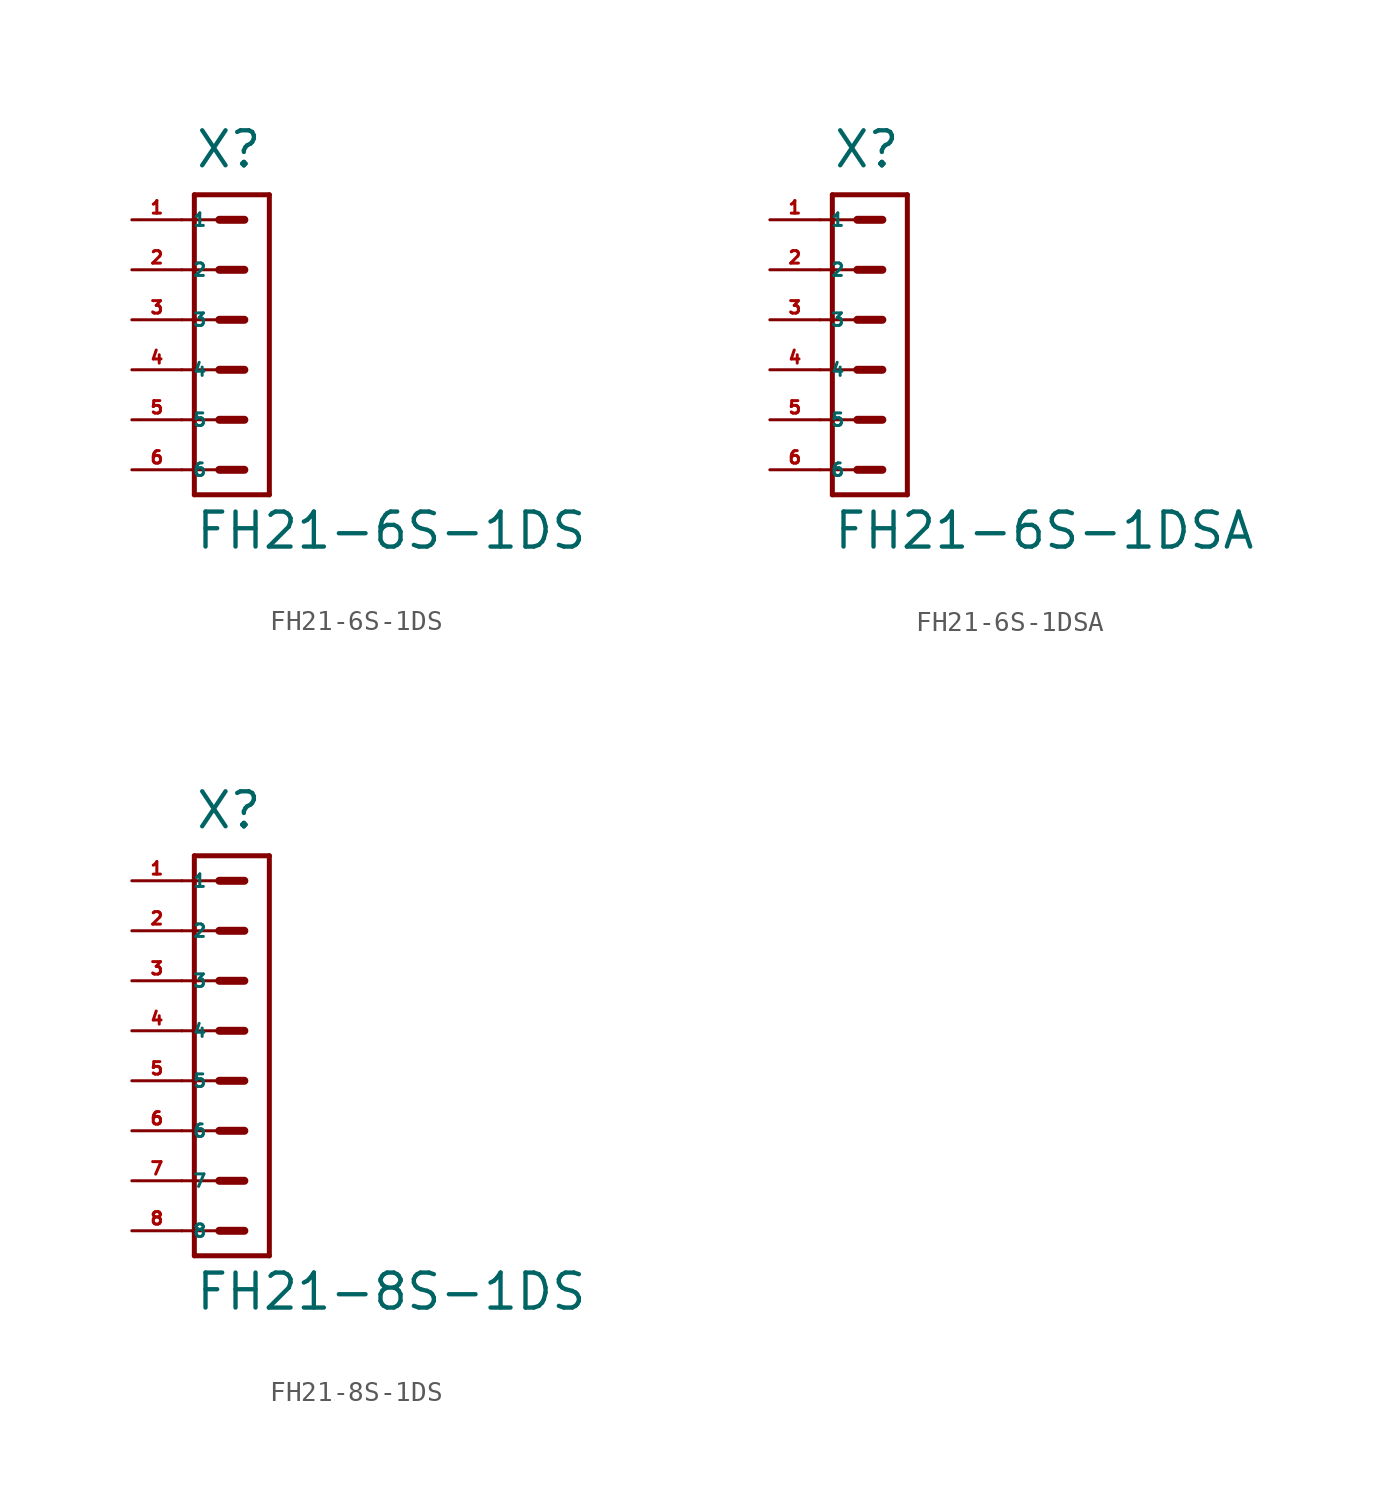
<source format=kicad_sym>
(kicad_symbol_lib
  (version 20220914)
  (generator Eagle2Kicad)
  (symbol "FH21-6S-1DS"
    (property "Reference" "X"
      (at -1.905 7.62 0)
      (effects (font (size 1.778 1.778) (thickness 0.22)) (justify left bottom)))
    (property "Value" "FH21-6S-1DS"
      (at -1.905 -11.748 0)
      (effects (font (size 1.778 1.778) (thickness 0.22)) (justify left bottom)))
    (polyline
      (pts (xy 1.905 6.35) (xy -1.905 6.35))
      (stroke (width 0.254) (type default))
      (fill (type none)))
    (polyline
      (pts (xy -1.905 -8.89) (xy -1.905 6.35))
      (stroke (width 0.254) (type default))
      (fill (type none)))
    (polyline
      (pts (xy -1.905 -8.89) (xy 1.905 -8.89))
      (stroke (width 0.254) (type default))
      (fill (type none)))
    (polyline
      (pts (xy 1.905 6.35) (xy 1.905 -8.89))
      (stroke (width 0.254) (type default))
      (fill (type none)))
    (polyline
      (pts (xy -2.54 5.08) (xy -0.635 5.08))
      (stroke (width 0.152) (type default))
      (fill (type none)))
    (polyline
      (pts (xy -2.54 2.54) (xy -0.635 2.54))
      (stroke (width 0.152) (type default))
      (fill (type none)))
    (polyline
      (pts (xy -2.54 0) (xy -0.635 0))
      (stroke (width 0.152) (type default))
      (fill (type none)))
    (polyline
      (pts (xy -2.54 -2.54) (xy -0.635 -2.54))
      (stroke (width 0.152) (type default))
      (fill (type none)))
    (polyline
      (pts (xy -2.54 -5.08) (xy -0.635 -5.08))
      (stroke (width 0.152) (type default))
      (fill (type none)))
    (polyline
      (pts (xy -2.54 -7.62) (xy -0.635 -7.62))
      (stroke (width 0.152) (type default))
      (fill (type none)))
    (polyline
      (pts (xy -0.635 5.08) (xy 0.635 5.08))
      (stroke (width 0.406) (type default))
      (fill (type none)))
    (polyline
      (pts (xy -0.635 2.54) (xy 0.635 2.54))
      (stroke (width 0.406) (type default))
      (fill (type none)))
    (polyline
      (pts (xy -0.635 0) (xy 0.635 0))
      (stroke (width 0.406) (type default))
      (fill (type none)))
    (polyline
      (pts (xy -0.635 -2.54) (xy 0.635 -2.54))
      (stroke (width 0.406) (type default))
      (fill (type none)))
    (polyline
      (pts (xy -0.635 -5.08) (xy 0.635 -5.08))
      (stroke (width 0.406) (type default))
      (fill (type none)))
    (polyline
      (pts (xy -0.635 -7.62) (xy 0.635 -7.62))
      (stroke (width 0.406) (type default))
      (fill (type none)))
    (pin passive line
      (at -5.08 5.08 0)
      (length 2.54)
      (name "1" (effects (font (size 0.635 0.635) (thickness 0.08)) (justify left bottom)))
      (number "1" (effects (font (size 0.635 0.635) (thickness 0.08)) (justify left bottom))))
    (pin passive line
      (at -5.08 2.54 0)
      (length 2.54)
      (name "2" (effects (font (size 0.635 0.635) (thickness 0.08)) (justify left bottom)))
      (number "2" (effects (font (size 0.635 0.635) (thickness 0.08)) (justify left bottom))))
    (pin passive line
      (at -5.08 0 0)
      (length 2.54)
      (name "3" (effects (font (size 0.635 0.635) (thickness 0.08)) (justify left bottom)))
      (number "3" (effects (font (size 0.635 0.635) (thickness 0.08)) (justify left bottom))))
    (pin passive line
      (at -5.08 -2.54 0)
      (length 2.54)
      (name "4" (effects (font (size 0.635 0.635) (thickness 0.08)) (justify left bottom)))
      (number "4" (effects (font (size 0.635 0.635) (thickness 0.08)) (justify left bottom))))
    (pin passive line
      (at -5.08 -5.08 0)
      (length 2.54)
      (name "5" (effects (font (size 0.635 0.635) (thickness 0.08)) (justify left bottom)))
      (number "5" (effects (font (size 0.635 0.635) (thickness 0.08)) (justify left bottom))))
    (pin passive line
      (at -5.08 -7.62 0)
      (length 2.54)
      (name "6" (effects (font (size 0.635 0.635) (thickness 0.08)) (justify left bottom)))
      (number "6" (effects (font (size 0.635 0.635) (thickness 0.08)) (justify left bottom)))))
  (symbol "FH21-6S-1DSA"
    (property "Reference" "X"
      (at -1.905 7.62 0)
      (effects (font (size 1.778 1.778) (thickness 0.22)) (justify left bottom)))
    (property "Value" "FH21-6S-1DSA"
      (at -1.905 -11.748 0)
      (effects (font (size 1.778 1.778) (thickness 0.22)) (justify left bottom)))
    (polyline
      (pts (xy 1.905 6.35) (xy -1.905 6.35))
      (stroke (width 0.254) (type default))
      (fill (type none)))
    (polyline
      (pts (xy -1.905 -8.89) (xy -1.905 6.35))
      (stroke (width 0.254) (type default))
      (fill (type none)))
    (polyline
      (pts (xy -1.905 -8.89) (xy 1.905 -8.89))
      (stroke (width 0.254) (type default))
      (fill (type none)))
    (polyline
      (pts (xy 1.905 6.35) (xy 1.905 -8.89))
      (stroke (width 0.254) (type default))
      (fill (type none)))
    (polyline
      (pts (xy -2.54 5.08) (xy -0.635 5.08))
      (stroke (width 0.152) (type default))
      (fill (type none)))
    (polyline
      (pts (xy -2.54 2.54) (xy -0.635 2.54))
      (stroke (width 0.152) (type default))
      (fill (type none)))
    (polyline
      (pts (xy -2.54 0) (xy -0.635 0))
      (stroke (width 0.152) (type default))
      (fill (type none)))
    (polyline
      (pts (xy -2.54 -2.54) (xy -0.635 -2.54))
      (stroke (width 0.152) (type default))
      (fill (type none)))
    (polyline
      (pts (xy -2.54 -5.08) (xy -0.635 -5.08))
      (stroke (width 0.152) (type default))
      (fill (type none)))
    (polyline
      (pts (xy -2.54 -7.62) (xy -0.635 -7.62))
      (stroke (width 0.152) (type default))
      (fill (type none)))
    (polyline
      (pts (xy -0.635 5.08) (xy 0.635 5.08))
      (stroke (width 0.406) (type default))
      (fill (type none)))
    (polyline
      (pts (xy -0.635 2.54) (xy 0.635 2.54))
      (stroke (width 0.406) (type default))
      (fill (type none)))
    (polyline
      (pts (xy -0.635 0) (xy 0.635 0))
      (stroke (width 0.406) (type default))
      (fill (type none)))
    (polyline
      (pts (xy -0.635 -2.54) (xy 0.635 -2.54))
      (stroke (width 0.406) (type default))
      (fill (type none)))
    (polyline
      (pts (xy -0.635 -5.08) (xy 0.635 -5.08))
      (stroke (width 0.406) (type default))
      (fill (type none)))
    (polyline
      (pts (xy -0.635 -7.62) (xy 0.635 -7.62))
      (stroke (width 0.406) (type default))
      (fill (type none)))
    (pin passive line
      (at -5.08 5.08 0)
      (length 2.54)
      (name "1" (effects (font (size 0.635 0.635) (thickness 0.08)) (justify left bottom)))
      (number "1" (effects (font (size 0.635 0.635) (thickness 0.08)) (justify left bottom))))
    (pin passive line
      (at -5.08 2.54 0)
      (length 2.54)
      (name "2" (effects (font (size 0.635 0.635) (thickness 0.08)) (justify left bottom)))
      (number "2" (effects (font (size 0.635 0.635) (thickness 0.08)) (justify left bottom))))
    (pin passive line
      (at -5.08 0 0)
      (length 2.54)
      (name "3" (effects (font (size 0.635 0.635) (thickness 0.08)) (justify left bottom)))
      (number "3" (effects (font (size 0.635 0.635) (thickness 0.08)) (justify left bottom))))
    (pin passive line
      (at -5.08 -2.54 0)
      (length 2.54)
      (name "4" (effects (font (size 0.635 0.635) (thickness 0.08)) (justify left bottom)))
      (number "4" (effects (font (size 0.635 0.635) (thickness 0.08)) (justify left bottom))))
    (pin passive line
      (at -5.08 -5.08 0)
      (length 2.54)
      (name "5" (effects (font (size 0.635 0.635) (thickness 0.08)) (justify left bottom)))
      (number "5" (effects (font (size 0.635 0.635) (thickness 0.08)) (justify left bottom))))
    (pin passive line
      (at -5.08 -7.62 0)
      (length 2.54)
      (name "6" (effects (font (size 0.635 0.635) (thickness 0.08)) (justify left bottom)))
      (number "6" (effects (font (size 0.635 0.635) (thickness 0.08)) (justify left bottom)))))
  (symbol "FH21-8S-1DS"
    (property "Reference" "X"
      (at -1.905 12.7 0)
      (effects (font (size 1.778 1.778) (thickness 0.22)) (justify left bottom)))
    (property "Value" "FH21-8S-1DS"
      (at -1.905 -11.748 0)
      (effects (font (size 1.778 1.778) (thickness 0.22)) (justify left bottom)))
    (polyline
      (pts (xy 1.905 11.43) (xy -1.905 11.43))
      (stroke (width 0.254) (type default))
      (fill (type none)))
    (polyline
      (pts (xy -1.905 -8.89) (xy -1.905 11.43))
      (stroke (width 0.254) (type default))
      (fill (type none)))
    (polyline
      (pts (xy -1.905 -8.89) (xy 1.905 -8.89))
      (stroke (width 0.254) (type default))
      (fill (type none)))
    (polyline
      (pts (xy 1.905 11.43) (xy 1.905 -8.89))
      (stroke (width 0.254) (type default))
      (fill (type none)))
    (polyline
      (pts (xy -2.54 10.16) (xy -0.635 10.16))
      (stroke (width 0.152) (type default))
      (fill (type none)))
    (polyline
      (pts (xy -2.54 7.62) (xy -0.635 7.62))
      (stroke (width 0.152) (type default))
      (fill (type none)))
    (polyline
      (pts (xy -2.54 5.08) (xy -0.635 5.08))
      (stroke (width 0.152) (type default))
      (fill (type none)))
    (polyline
      (pts (xy -2.54 2.54) (xy -0.635 2.54))
      (stroke (width 0.152) (type default))
      (fill (type none)))
    (polyline
      (pts (xy -2.54 0) (xy -0.635 0))
      (stroke (width 0.152) (type default))
      (fill (type none)))
    (polyline
      (pts (xy -2.54 -2.54) (xy -0.635 -2.54))
      (stroke (width 0.152) (type default))
      (fill (type none)))
    (polyline
      (pts (xy -0.635 10.16) (xy 0.635 10.16))
      (stroke (width 0.406) (type default))
      (fill (type none)))
    (polyline
      (pts (xy -0.635 7.62) (xy 0.635 7.62))
      (stroke (width 0.406) (type default))
      (fill (type none)))
    (polyline
      (pts (xy -0.635 5.08) (xy 0.635 5.08))
      (stroke (width 0.406) (type default))
      (fill (type none)))
    (polyline
      (pts (xy -0.635 2.54) (xy 0.635 2.54))
      (stroke (width 0.406) (type default))
      (fill (type none)))
    (polyline
      (pts (xy -0.635 0) (xy 0.635 0))
      (stroke (width 0.406) (type default))
      (fill (type none)))
    (polyline
      (pts (xy -0.635 -2.54) (xy 0.635 -2.54))
      (stroke (width 0.406) (type default))
      (fill (type none)))
    (polyline
      (pts (xy -2.54 -5.08) (xy -0.635 -5.08))
      (stroke (width 0.152) (type default))
      (fill (type none)))
    (polyline
      (pts (xy -2.54 -7.62) (xy -0.635 -7.62))
      (stroke (width 0.152) (type default))
      (fill (type none)))
    (polyline
      (pts (xy -0.635 -5.08) (xy 0.635 -5.08))
      (stroke (width 0.406) (type default))
      (fill (type none)))
    (polyline
      (pts (xy -0.635 -7.62) (xy 0.635 -7.62))
      (stroke (width 0.406) (type default))
      (fill (type none)))
    (pin passive line
      (at -5.08 10.16 0)
      (length 2.54)
      (name "1" (effects (font (size 0.635 0.635) (thickness 0.08)) (justify left bottom)))
      (number "1" (effects (font (size 0.635 0.635) (thickness 0.08)) (justify left bottom))))
    (pin passive line
      (at -5.08 7.62 0)
      (length 2.54)
      (name "2" (effects (font (size 0.635 0.635) (thickness 0.08)) (justify left bottom)))
      (number "2" (effects (font (size 0.635 0.635) (thickness 0.08)) (justify left bottom))))
    (pin passive line
      (at -5.08 5.08 0)
      (length 2.54)
      (name "3" (effects (font (size 0.635 0.635) (thickness 0.08)) (justify left bottom)))
      (number "3" (effects (font (size 0.635 0.635) (thickness 0.08)) (justify left bottom))))
    (pin passive line
      (at -5.08 2.54 0)
      (length 2.54)
      (name "4" (effects (font (size 0.635 0.635) (thickness 0.08)) (justify left bottom)))
      (number "4" (effects (font (size 0.635 0.635) (thickness 0.08)) (justify left bottom))))
    (pin passive line
      (at -5.08 0 0)
      (length 2.54)
      (name "5" (effects (font (size 0.635 0.635) (thickness 0.08)) (justify left bottom)))
      (number "5" (effects (font (size 0.635 0.635) (thickness 0.08)) (justify left bottom))))
    (pin passive line
      (at -5.08 -2.54 0)
      (length 2.54)
      (name "6" (effects (font (size 0.635 0.635) (thickness 0.08)) (justify left bottom)))
      (number "6" (effects (font (size 0.635 0.635) (thickness 0.08)) (justify left bottom))))
    (pin passive line
      (at -5.08 -5.08 0)
      (length 2.54)
      (name "7" (effects (font (size 0.635 0.635) (thickness 0.08)) (justify left bottom)))
      (number "7" (effects (font (size 0.635 0.635) (thickness 0.08)) (justify left bottom))))
    (pin passive line
      (at -5.08 -7.62 0)
      (length 2.54)
      (name "8" (effects (font (size 0.635 0.635) (thickness 0.08)) (justify left bottom)))
      (number "8" (effects (font (size 0.635 0.635) (thickness 0.08)) (justify left bottom))))))
</source>
